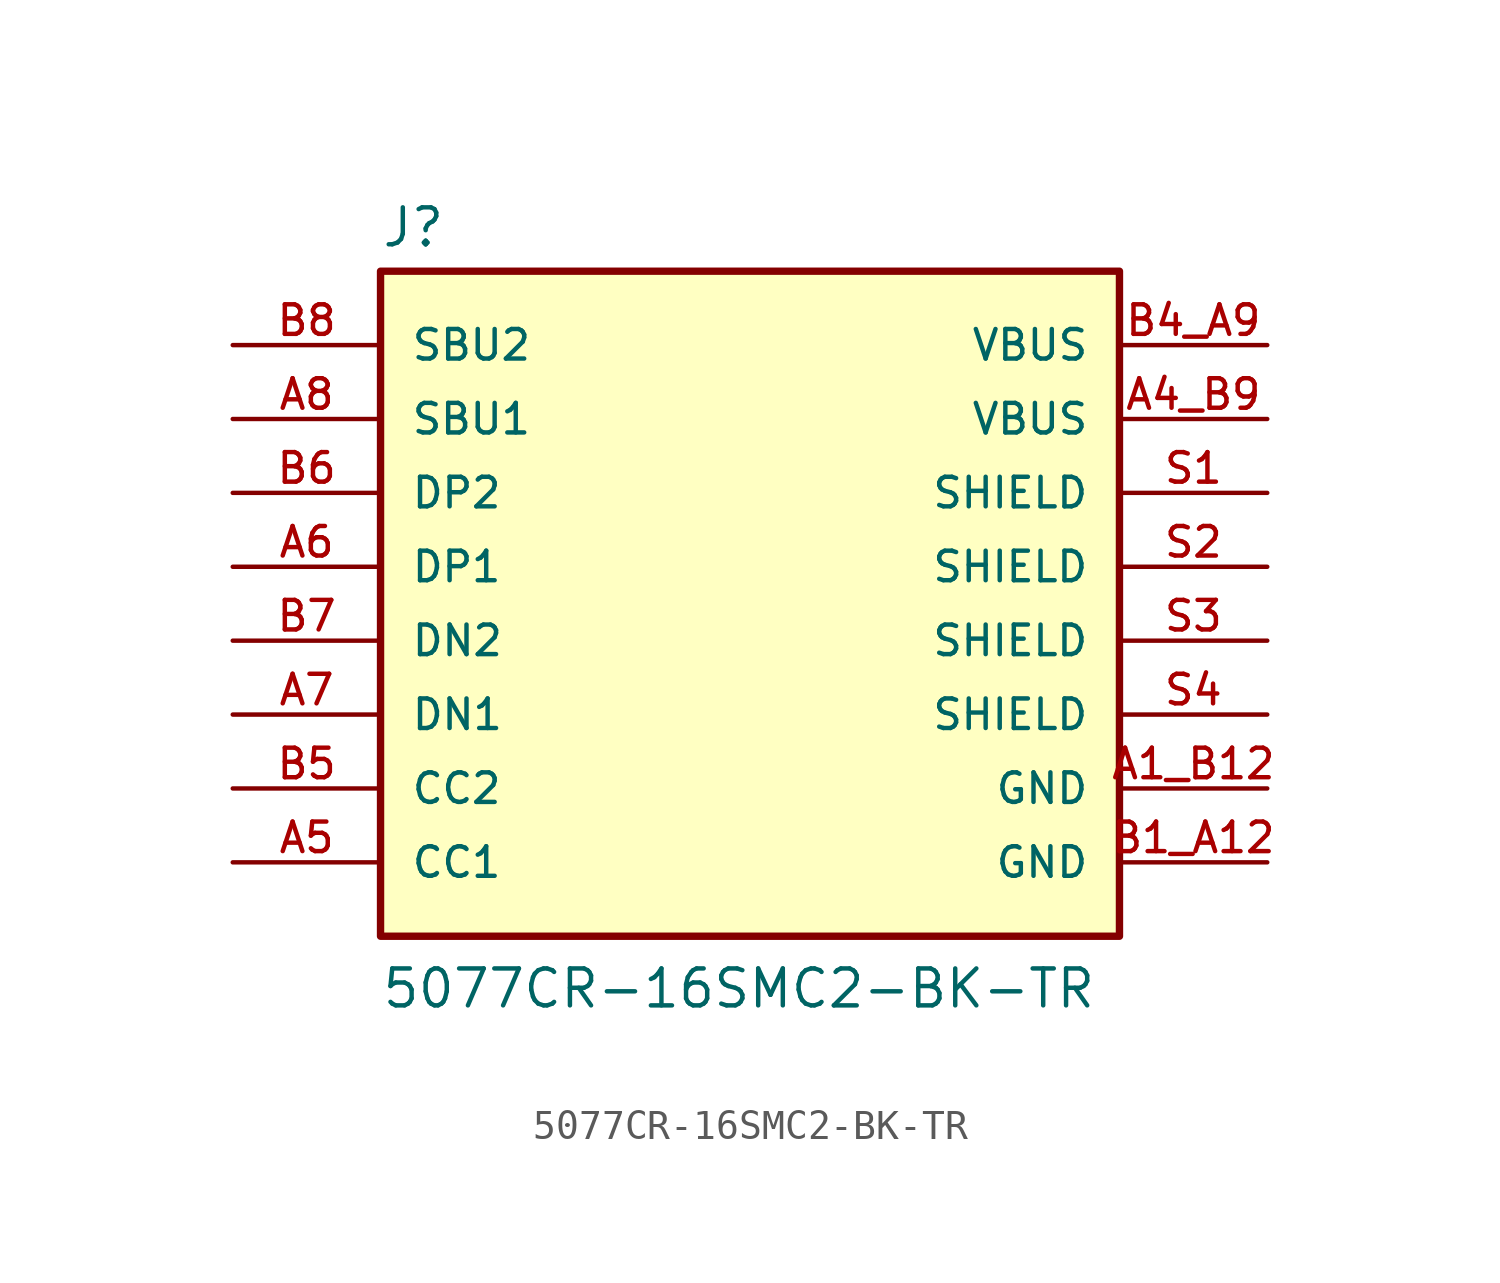
<source format=kicad_sym>
(kicad_symbol_lib
  (version 20220914)
  (generator kicad_symbol_editor)
  (symbol "5077CR-16SMC2-BK-TR"
    (pin_names
      (offset 1.016))
    (property "Reference" "J"
      (at -12.7 10.922 0)
      (effects (font (size 1.27 1.27)) (justify left bottom)))
    (property "Value" "5077CR-16SMC2-BK-TR"
      (at -12.7 -15.24 0)
      (effects (font (size 1.27 1.27)) (justify left bottom)))
    (symbol "5077CR-16SMC2-BK-TR_0_0"
      (rectangle (start -12.7 -12.7) (end 12.7 10.16) (stroke (width 0.254) (type default)) (fill (type background)))
      (pin power_in line (at 17.78 -7.62 180) (length 5.08) (name "GND" (effects (font (size 1.016 1.016)))) (number "A1_B12" (effects (font (size 1.016 1.016)))))
      (pin power_in line (at 17.78 5.08 180) (length 5.08) (name "VBUS" (effects (font (size 1.016 1.016)))) (number "A4_B9" (effects (font (size 1.016 1.016)))))
      (pin passive line (at -17.78 -10.16 0) (length 5.08) (name "CC1" (effects (font (size 1.016 1.016)))) (number "A5" (effects (font (size 1.016 1.016)))))
      (pin passive line (at -17.78 0 0) (length 5.08) (name "DP1" (effects (font (size 1.016 1.016)))) (number "A6" (effects (font (size 1.016 1.016)))))
      (pin passive line (at -17.78 -5.08 0) (length 5.08) (name "DN1" (effects (font (size 1.016 1.016)))) (number "A7" (effects (font (size 1.016 1.016)))))
      (pin passive line (at -17.78 5.08 0) (length 5.08) (name "SBU1" (effects (font (size 1.016 1.016)))) (number "A8" (effects (font (size 1.016 1.016)))))
      (pin power_in line (at 17.78 -10.16 180) (length 5.08) (name "GND" (effects (font (size 1.016 1.016)))) (number "B1_A12" (effects (font (size 1.016 1.016)))))
      (pin power_in line (at 17.78 7.62 180) (length 5.08) (name "VBUS" (effects (font (size 1.016 1.016)))) (number "B4_A9" (effects (font (size 1.016 1.016)))))
      (pin passive line (at -17.78 -7.62 0) (length 5.08) (name "CC2" (effects (font (size 1.016 1.016)))) (number "B5" (effects (font (size 1.016 1.016)))))
      (pin passive line (at -17.78 2.54 0) (length 5.08) (name "DP2" (effects (font (size 1.016 1.016)))) (number "B6" (effects (font (size 1.016 1.016)))))
      (pin passive line (at -17.78 -2.54 0) (length 5.08) (name "DN2" (effects (font (size 1.016 1.016)))) (number "B7" (effects (font (size 1.016 1.016)))))
      (pin passive line (at -17.78 7.62 0) (length 5.08) (name "SBU2" (effects (font (size 1.016 1.016)))) (number "B8" (effects (font (size 1.016 1.016)))))
      (pin passive line (at 17.78 2.54 180) (length 5.08) (name "SHIELD" (effects (font (size 1.016 1.016)))) (number "S1" (effects (font (size 1.016 1.016)))))
      (pin passive line (at 17.78 0 180) (length 5.08) (name "SHIELD" (effects (font (size 1.016 1.016)))) (number "S2" (effects (font (size 1.016 1.016)))))
      (pin passive line (at 17.78 -2.54 180) (length 5.08) (name "SHIELD" (effects (font (size 1.016 1.016)))) (number "S3" (effects (font (size 1.016 1.016)))))
      (pin passive line (at 17.78 -5.08 180) (length 5.08) (name "SHIELD" (effects (font (size 1.016 1.016)))) (number "S4" (effects (font (size 1.016 1.016))))))))
</source>
